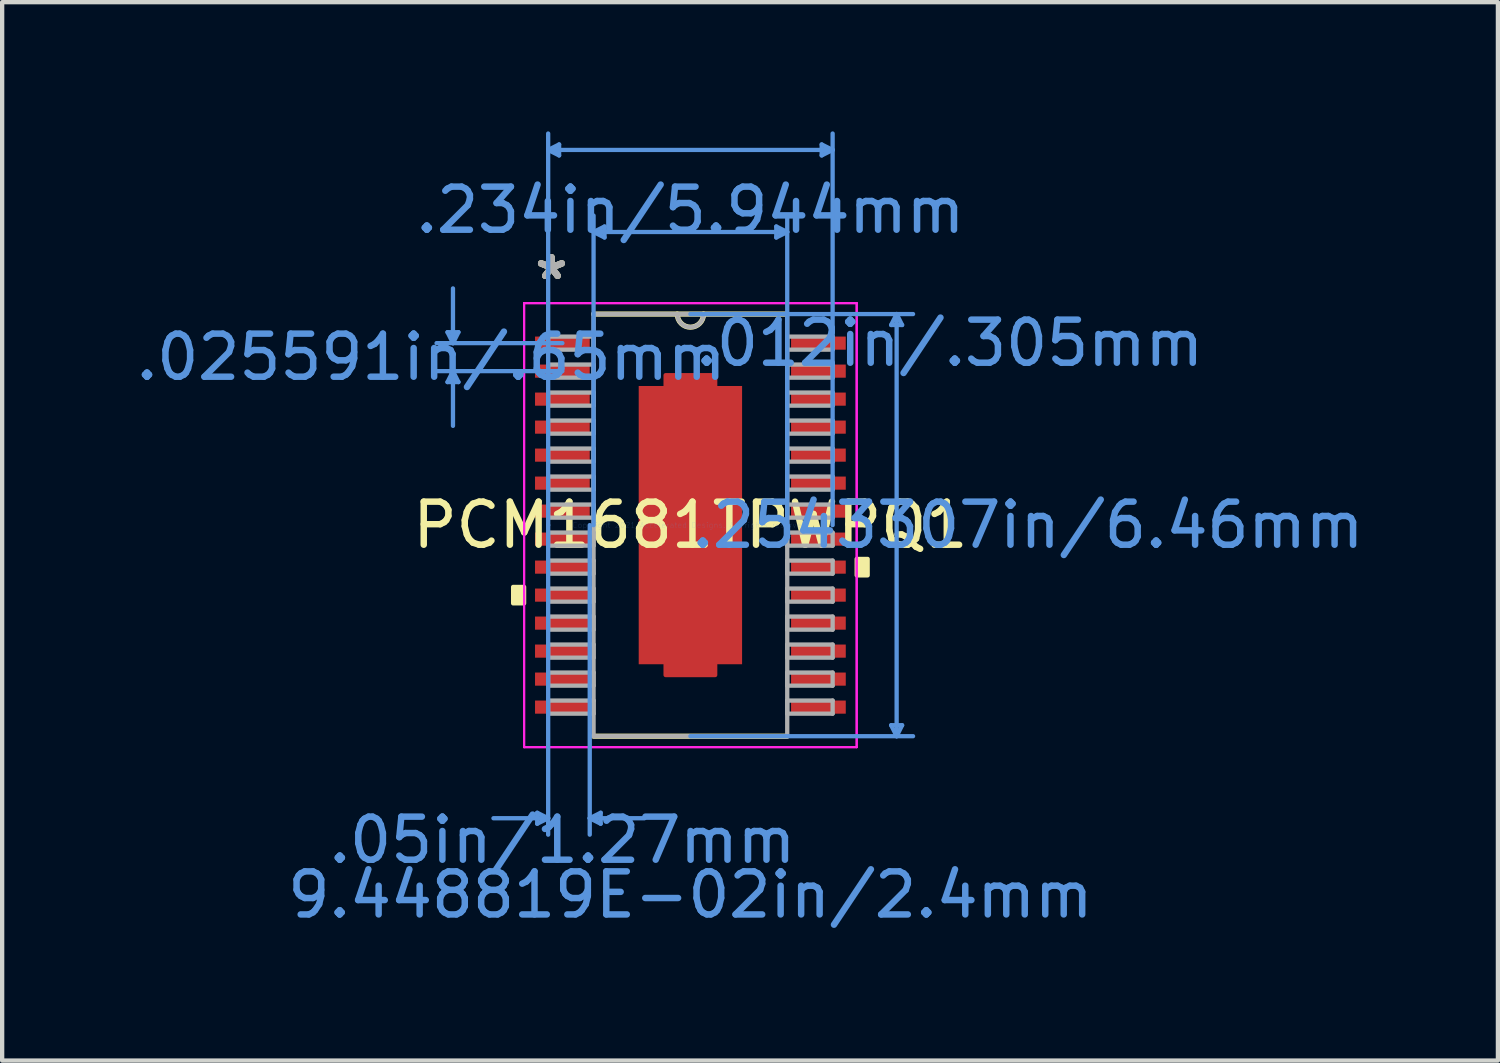
<source format=kicad_pcb>
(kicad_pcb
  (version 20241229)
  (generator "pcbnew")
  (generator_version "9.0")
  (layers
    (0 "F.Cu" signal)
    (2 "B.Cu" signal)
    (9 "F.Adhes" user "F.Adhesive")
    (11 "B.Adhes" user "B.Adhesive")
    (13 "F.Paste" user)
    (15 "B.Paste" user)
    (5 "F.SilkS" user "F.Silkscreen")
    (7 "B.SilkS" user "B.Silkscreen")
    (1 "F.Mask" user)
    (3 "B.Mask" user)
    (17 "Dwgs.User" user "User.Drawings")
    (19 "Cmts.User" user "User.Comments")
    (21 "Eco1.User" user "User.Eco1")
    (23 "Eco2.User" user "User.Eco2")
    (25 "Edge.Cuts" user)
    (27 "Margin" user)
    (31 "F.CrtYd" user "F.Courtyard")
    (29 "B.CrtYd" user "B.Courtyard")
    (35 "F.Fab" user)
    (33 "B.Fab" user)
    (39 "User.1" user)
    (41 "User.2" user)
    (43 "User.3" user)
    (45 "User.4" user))
  (footprint "PCM1681TPWPQ1"
    (layer "F.Cu")
    (at 12.978 9.141)
    (property "Reference" "PCM1681TPWPQ1" (at 0 0 0) (layer "F.SilkS") (effects (font (size 1 1) (thickness 0.15))))
    (attr through_hole)
    (fp_poly (pts (xy -0.575 -3.23) (xy -0.575 -3.48) (xy 0.575 -3.48) (xy 0.575 -3.23)) (stroke (width 0.1) (type solid)) (fill yes) (layer "F.Cu"))
    (fp_poly (pts (xy -0.575 3.23) (xy -0.575 3.48) (xy 0.575 3.48) (xy 0.575 3.23)) (stroke (width 0.1) (type solid)) (fill yes) (layer "F.Cu"))
    (fp_poly (pts (xy -0.575 -3.23) (xy -0.575 -3.48) (xy 0.575 -3.48) (xy 0.575 -3.23)) (stroke (width 0.1) (type solid)) (fill yes) (layer "F.Mask"))
    (fp_poly (pts (xy -0.575 3.23) (xy -0.575 3.48) (xy 0.575 3.48) (xy 0.575 3.23)) (stroke (width 0.1) (type solid)) (fill yes) (layer "F.Mask"))
    (fp_line (start -2.248 4.9) (end 2.248 4.9) (stroke (width 0.12) (type solid)) (layer "F.SilkS"))
    (fp_line (start 2.248 -4.9) (end -2.248 -4.9) (stroke (width 0.12) (type solid)) (layer "F.SilkS"))
    (fp_arc (start 0.3048 -4.900003) (mid 0 -4.595203) (end -0.3048 -4.900003) (stroke (width 0.12) (type solid)) (layer "F.SilkS"))
    (fp_poly (pts (xy -4.115 1.435) (xy -4.115 1.816) (xy -3.861 1.816) (xy -3.861 1.435)) (stroke (width 0.1) (type solid)) (fill yes) (layer "F.SilkS"))
    (fp_poly (pts (xy 4.115 0.785) (xy 4.115 1.166) (xy 3.861 1.166) (xy 3.861 0.785)) (stroke (width 0.1) (type solid)) (fill yes) (layer "F.SilkS"))
    (fp_line (start -5.639 -4.479) (end -5.385 -4.479) (stroke (width 0.1) (type solid)) (layer "Cmts.User"))
    (fp_line (start -5.639 -3.321) (end -5.385 -3.321) (stroke (width 0.1) (type solid)) (layer "Cmts.User"))
    (fp_line (start -5.512 -4.225) (end -5.639 -4.479) (stroke (width 0.1) (type solid)) (layer "Cmts.User"))
    (fp_line (start -5.512 -4.225) (end -5.512 -5.495) (stroke (width 0.1) (type solid)) (layer "Cmts.User"))
    (fp_line (start -5.512 -4.225) (end -5.385 -4.479) (stroke (width 0.1) (type solid)) (layer "Cmts.User"))
    (fp_line (start -5.512 -3.575) (end -5.639 -3.321) (stroke (width 0.1) (type solid)) (layer "Cmts.User"))
    (fp_line (start -5.512 -3.575) (end -5.512 -2.305) (stroke (width 0.1) (type solid)) (layer "Cmts.User"))
    (fp_line (start -5.512 -3.575) (end -5.385 -3.321) (stroke (width 0.1) (type solid)) (layer "Cmts.User"))
    (fp_line (start -3.556 6.678) (end -3.556 6.932) (stroke (width 0.1) (type solid)) (layer "Cmts.User"))
    (fp_line (start -3.302 -8.71) (end -3.048 -8.837) (stroke (width 0.1) (type solid)) (layer "Cmts.User"))
    (fp_line (start -3.302 -8.71) (end -3.048 -8.583) (stroke (width 0.1) (type solid)) (layer "Cmts.User"))
    (fp_line (start -3.302 -8.71) (end 3.302 -8.71) (stroke (width 0.1) (type solid)) (layer "Cmts.User"))
    (fp_line (start -3.302 0) (end -3.302 -9.091) (stroke (width 0.1) (type solid)) (layer "Cmts.User"))
    (fp_line (start -3.302 0) (end -3.302 7.186) (stroke (width 0.1) (type solid)) (layer "Cmts.User"))
    (fp_line (start -3.302 6.805) (end -4.572 6.805) (stroke (width 0.1) (type solid)) (layer "Cmts.User"))
    (fp_line (start -3.302 6.805) (end -3.556 6.678) (stroke (width 0.1) (type solid)) (layer "Cmts.User"))
    (fp_line (start -3.302 6.805) (end -3.556 6.932) (stroke (width 0.1) (type solid)) (layer "Cmts.User"))
    (fp_line (start -3.048 -8.837) (end -3.048 -8.583) (stroke (width 0.1) (type solid)) (layer "Cmts.User"))
    (fp_line (start -2.972 -4.225) (end -5.893 -4.225) (stroke (width 0.1) (type solid)) (layer "Cmts.User"))
    (fp_line (start -2.972 -3.575) (end -5.893 -3.575) (stroke (width 0.1) (type solid)) (layer "Cmts.User"))
    (fp_line (start -2.337 0) (end -2.337 7.186) (stroke (width 0.1) (type solid)) (layer "Cmts.User"))
    (fp_line (start -2.337 6.805) (end -2.083 6.678) (stroke (width 0.1) (type solid)) (layer "Cmts.User"))
    (fp_line (start -2.337 6.805) (end -2.083 6.932) (stroke (width 0.1) (type solid)) (layer "Cmts.User"))
    (fp_line (start -2.337 6.805) (end -1.067 6.805) (stroke (width 0.1) (type solid)) (layer "Cmts.User"))
    (fp_line (start -2.248 -6.805) (end -1.994 -6.932) (stroke (width 0.1) (type solid)) (layer "Cmts.User"))
    (fp_line (start -2.248 -6.805) (end -1.994 -6.678) (stroke (width 0.1) (type solid)) (layer "Cmts.User"))
    (fp_line (start -2.248 -6.805) (end 2.248 -6.805) (stroke (width 0.1) (type solid)) (layer "Cmts.User"))
    (fp_line (start -2.248 0) (end -2.248 -7.186) (stroke (width 0.1) (type solid)) (layer "Cmts.User"))
    (fp_line (start -2.083 6.678) (end -2.083 6.932) (stroke (width 0.1) (type solid)) (layer "Cmts.User"))
    (fp_line (start -1.994 -6.932) (end -1.994 -6.678) (stroke (width 0.1) (type solid)) (layer "Cmts.User"))
    (fp_line (start 0 -4.9) (end 5.169 -4.9) (stroke (width 0.1) (type solid)) (layer "Cmts.User"))
    (fp_line (start 0 4.9) (end 5.169 4.9) (stroke (width 0.1) (type solid)) (layer "Cmts.User"))
    (fp_line (start 1.994 -6.932) (end 1.994 -6.678) (stroke (width 0.1) (type solid)) (layer "Cmts.User"))
    (fp_line (start 2.248 -6.805) (end 1.994 -6.932) (stroke (width 0.1) (type solid)) (layer "Cmts.User"))
    (fp_line (start 2.248 -6.805) (end 1.994 -6.678) (stroke (width 0.1) (type solid)) (layer "Cmts.User"))
    (fp_line (start 2.248 0) (end 2.248 -7.186) (stroke (width 0.1) (type solid)) (layer "Cmts.User"))
    (fp_line (start 3.048 -8.837) (end 3.048 -8.583) (stroke (width 0.1) (type solid)) (layer "Cmts.User"))
    (fp_line (start 3.302 -8.71) (end 3.048 -8.837) (stroke (width 0.1) (type solid)) (layer "Cmts.User"))
    (fp_line (start 3.302 -8.71) (end 3.048 -8.583) (stroke (width 0.1) (type solid)) (layer "Cmts.User"))
    (fp_line (start 3.302 0) (end 3.302 -9.091) (stroke (width 0.1) (type solid)) (layer "Cmts.User"))
    (fp_line (start 4.661 -4.646) (end 4.915 -4.646) (stroke (width 0.1) (type solid)) (layer "Cmts.User"))
    (fp_line (start 4.661 4.646) (end 4.915 4.646) (stroke (width 0.1) (type solid)) (layer "Cmts.User"))
    (fp_line (start 4.788 -4.9) (end 4.661 -4.646) (stroke (width 0.1) (type solid)) (layer "Cmts.User"))
    (fp_line (start 4.788 -4.9) (end 4.788 4.9) (stroke (width 0.1) (type solid)) (layer "Cmts.User"))
    (fp_line (start 4.788 -4.9) (end 4.915 -4.646) (stroke (width 0.1) (type solid)) (layer "Cmts.User"))
    (fp_line (start 4.788 4.9) (end 4.661 4.646) (stroke (width 0.1) (type solid)) (layer "Cmts.User"))
    (fp_line (start 4.788 4.9) (end 4.915 4.646) (stroke (width 0.1) (type solid)) (layer "Cmts.User"))
    (fp_line (start -3.861 -5.154) (end 3.861 -5.154) (stroke (width 0.05) (type solid)) (layer "F.CrtYd"))
    (fp_line (start -3.861 -5.154) (end 3.861 -5.154) (stroke (width 0.05) (type solid)) (layer "F.CrtYd"))
    (fp_line (start -3.861 5.154) (end -3.861 -5.154) (stroke (width 0.05) (type solid)) (layer "F.CrtYd"))
    (fp_line (start -3.861 5.154) (end -3.861 -5.154) (stroke (width 0.05) (type solid)) (layer "F.CrtYd"))
    (fp_line (start 3.861 -5.154) (end 3.861 5.154) (stroke (width 0.05) (type solid)) (layer "F.CrtYd"))
    (fp_line (start 3.861 -5.154) (end 3.861 5.154) (stroke (width 0.05) (type solid)) (layer "F.CrtYd"))
    (fp_line (start 3.861 5.154) (end -3.861 5.154) (stroke (width 0.05) (type solid)) (layer "F.CrtYd"))
    (fp_line (start 3.861 5.154) (end -3.861 5.154) (stroke (width 0.05) (type solid)) (layer "F.CrtYd"))
    (fp_line (start -3.302 -4.377) (end -3.302 -4.073) (stroke (width 0.1) (type solid)) (layer "F.Fab"))
    (fp_line (start -3.302 -4.073) (end -2.248 -4.073) (stroke (width 0.1) (type solid)) (layer "F.Fab"))
    (fp_line (start -3.302 -3.727) (end -3.302 -3.423) (stroke (width 0.1) (type solid)) (layer "F.Fab"))
    (fp_line (start -3.302 -3.423) (end -2.248 -3.423) (stroke (width 0.1) (type solid)) (layer "F.Fab"))
    (fp_line (start -3.302 -3.077) (end -3.302 -2.773) (stroke (width 0.1) (type solid)) (layer "F.Fab"))
    (fp_line (start -3.302 -2.773) (end -2.248 -2.773) (stroke (width 0.1) (type solid)) (layer "F.Fab"))
    (fp_line (start -3.302 -2.427) (end -3.302 -2.123) (stroke (width 0.1) (type solid)) (layer "F.Fab"))
    (fp_line (start -3.302 -2.123) (end -2.248 -2.123) (stroke (width 0.1) (type solid)) (layer "F.Fab"))
    (fp_line (start -3.302 -1.777) (end -3.302 -1.473) (stroke (width 0.1) (type solid)) (layer "F.Fab"))
    (fp_line (start -3.302 -1.473) (end -2.248 -1.473) (stroke (width 0.1) (type solid)) (layer "F.Fab"))
    (fp_line (start -3.302 -1.127) (end -3.302 -0.823) (stroke (width 0.1) (type solid)) (layer "F.Fab"))
    (fp_line (start -3.302 -0.823) (end -2.248 -0.823) (stroke (width 0.1) (type solid)) (layer "F.Fab"))
    (fp_line (start -3.302 -0.477) (end -3.302 -0.173) (stroke (width 0.1) (type solid)) (layer "F.Fab"))
    (fp_line (start -3.302 -0.173) (end -2.248 -0.173) (stroke (width 0.1) (type solid)) (layer "F.Fab"))
    (fp_line (start -3.302 0.173) (end -3.302 0.477) (stroke (width 0.1) (type solid)) (layer "F.Fab"))
    (fp_line (start -3.302 0.477) (end -2.248 0.477) (stroke (width 0.1) (type solid)) (layer "F.Fab"))
    (fp_line (start -3.302 0.823) (end -3.302 1.127) (stroke (width 0.1) (type solid)) (layer "F.Fab"))
    (fp_line (start -3.302 1.127) (end -2.248 1.127) (stroke (width 0.1) (type solid)) (layer "F.Fab"))
    (fp_line (start -3.302 1.473) (end -3.302 1.777) (stroke (width 0.1) (type solid)) (layer "F.Fab"))
    (fp_line (start -3.302 1.777) (end -2.248 1.777) (stroke (width 0.1) (type solid)) (layer "F.Fab"))
    (fp_line (start -3.302 2.123) (end -3.302 2.427) (stroke (width 0.1) (type solid)) (layer "F.Fab"))
    (fp_line (start -3.302 2.427) (end -2.248 2.427) (stroke (width 0.1) (type solid)) (layer "F.Fab"))
    (fp_line (start -3.302 2.773) (end -3.302 3.077) (stroke (width 0.1) (type solid)) (layer "F.Fab"))
    (fp_line (start -3.302 3.077) (end -2.248 3.077) (stroke (width 0.1) (type solid)) (layer "F.Fab"))
    (fp_line (start -3.302 3.423) (end -3.302 3.727) (stroke (width 0.1) (type solid)) (layer "F.Fab"))
    (fp_line (start -3.302 3.727) (end -2.248 3.727) (stroke (width 0.1) (type solid)) (layer "F.Fab"))
    (fp_line (start -3.302 4.073) (end -3.302 4.377) (stroke (width 0.1) (type solid)) (layer "F.Fab"))
    (fp_line (start -3.302 4.377) (end -2.248 4.377) (stroke (width 0.1) (type solid)) (layer "F.Fab"))
    (fp_line (start -2.248 -4.9) (end -2.248 4.9) (stroke (width 0.1) (type solid)) (layer "F.Fab"))
    (fp_line (start -2.248 -4.377) (end -3.302 -4.377) (stroke (width 0.1) (type solid)) (layer "F.Fab"))
    (fp_line (start -2.248 -4.073) (end -2.248 -4.377) (stroke (width 0.1) (type solid)) (layer "F.Fab"))
    (fp_line (start -2.248 -3.727) (end -3.302 -3.727) (stroke (width 0.1) (type solid)) (layer "F.Fab"))
    (fp_line (start -2.248 -3.423) (end -2.248 -3.727) (stroke (width 0.1) (type solid)) (layer "F.Fab"))
    (fp_line (start -2.248 -3.077) (end -3.302 -3.077) (stroke (width 0.1) (type solid)) (layer "F.Fab"))
    (fp_line (start -2.248 -2.773) (end -2.248 -3.077) (stroke (width 0.1) (type solid)) (layer "F.Fab"))
    (fp_line (start -2.248 -2.427) (end -3.302 -2.427) (stroke (width 0.1) (type solid)) (layer "F.Fab"))
    (fp_line (start -2.248 -2.123) (end -2.248 -2.427) (stroke (width 0.1) (type solid)) (layer "F.Fab"))
    (fp_line (start -2.248 -1.777) (end -3.302 -1.777) (stroke (width 0.1) (type solid)) (layer "F.Fab"))
    (fp_line (start -2.248 -1.473) (end -2.248 -1.777) (stroke (width 0.1) (type solid)) (layer "F.Fab"))
    (fp_line (start -2.248 -1.127) (end -3.302 -1.127) (stroke (width 0.1) (type solid)) (layer "F.Fab"))
    (fp_line (start -2.248 -0.823) (end -2.248 -1.127) (stroke (width 0.1) (type solid)) (layer "F.Fab"))
    (fp_line (start -2.248 -0.477) (end -3.302 -0.477) (stroke (width 0.1) (type solid)) (layer "F.Fab"))
    (fp_line (start -2.248 -0.173) (end -2.248 -0.477) (stroke (width 0.1) (type solid)) (layer "F.Fab"))
    (fp_line (start -2.248 0.173) (end -3.302 0.173) (stroke (width 0.1) (type solid)) (layer "F.Fab"))
    (fp_line (start -2.248 0.477) (end -2.248 0.173) (stroke (width 0.1) (type solid)) (layer "F.Fab"))
    (fp_line (start -2.248 0.823) (end -3.302 0.823) (stroke (width 0.1) (type solid)) (layer "F.Fab"))
    (fp_line (start -2.248 1.127) (end -2.248 0.823) (stroke (width 0.1) (type solid)) (layer "F.Fab"))
    (fp_line (start -2.248 1.473) (end -3.302 1.473) (stroke (width 0.1) (type solid)) (layer "F.Fab"))
    (fp_line (start -2.248 1.777) (end -2.248 1.473) (stroke (width 0.1) (type solid)) (layer "F.Fab"))
    (fp_line (start -2.248 2.123) (end -3.302 2.123) (stroke (width 0.1) (type solid)) (layer "F.Fab"))
    (fp_line (start -2.248 2.427) (end -2.248 2.123) (stroke (width 0.1) (type solid)) (layer "F.Fab"))
    (fp_line (start -2.248 2.773) (end -3.302 2.773) (stroke (width 0.1) (type solid)) (layer "F.Fab"))
    (fp_line (start -2.248 3.077) (end -2.248 2.773) (stroke (width 0.1) (type solid)) (layer "F.Fab"))
    (fp_line (start -2.248 3.423) (end -3.302 3.423) (stroke (width 0.1) (type solid)) (layer "F.Fab"))
    (fp_line (start -2.248 3.727) (end -2.248 3.423) (stroke (width 0.1) (type solid)) (layer "F.Fab"))
    (fp_line (start -2.248 4.073) (end -3.302 4.073) (stroke (width 0.1) (type solid)) (layer "F.Fab"))
    (fp_line (start -2.248 4.377) (end -2.248 4.073) (stroke (width 0.1) (type solid)) (layer "F.Fab"))
    (fp_line (start -2.248 4.9) (end 2.248 4.9) (stroke (width 0.1) (type solid)) (layer "F.Fab"))
    (fp_line (start 2.248 -4.9) (end -2.248 -4.9) (stroke (width 0.1) (type solid)) (layer "F.Fab"))
    (fp_line (start 2.248 -4.377) (end 2.248 -4.073) (stroke (width 0.1) (type solid)) (layer "F.Fab"))
    (fp_line (start 2.248 -4.073) (end 3.302 -4.073) (stroke (width 0.1) (type solid)) (layer "F.Fab"))
    (fp_line (start 2.248 -3.727) (end 2.248 -3.423) (stroke (width 0.1) (type solid)) (layer "F.Fab"))
    (fp_line (start 2.248 -3.423) (end 3.302 -3.423) (stroke (width 0.1) (type solid)) (layer "F.Fab"))
    (fp_line (start 2.248 -3.077) (end 2.248 -2.773) (stroke (width 0.1) (type solid)) (layer "F.Fab"))
    (fp_line (start 2.248 -2.773) (end 3.302 -2.773) (stroke (width 0.1) (type solid)) (layer "F.Fab"))
    (fp_line (start 2.248 -2.427) (end 2.248 -2.123) (stroke (width 0.1) (type solid)) (layer "F.Fab"))
    (fp_line (start 2.248 -2.123) (end 3.302 -2.123) (stroke (width 0.1) (type solid)) (layer "F.Fab"))
    (fp_line (start 2.248 -1.777) (end 2.248 -1.473) (stroke (width 0.1) (type solid)) (layer "F.Fab"))
    (fp_line (start 2.248 -1.473) (end 3.302 -1.473) (stroke (width 0.1) (type solid)) (layer "F.Fab"))
    (fp_line (start 2.248 -1.127) (end 2.248 -0.823) (stroke (width 0.1) (type solid)) (layer "F.Fab"))
    (fp_line (start 2.248 -0.823) (end 3.302 -0.823) (stroke (width 0.1) (type solid)) (layer "F.Fab"))
    (fp_line (start 2.248 -0.477) (end 2.248 -0.173) (stroke (width 0.1) (type solid)) (layer "F.Fab"))
    (fp_line (start 2.248 -0.173) (end 3.302 -0.173) (stroke (width 0.1) (type solid)) (layer "F.Fab"))
    (fp_line (start 2.248 0.173) (end 2.248 0.477) (stroke (width 0.1) (type solid)) (layer "F.Fab"))
    (fp_line (start 2.248 0.477) (end 3.302 0.477) (stroke (width 0.1) (type solid)) (layer "F.Fab"))
    (fp_line (start 2.248 0.823) (end 2.248 1.127) (stroke (width 0.1) (type solid)) (layer "F.Fab"))
    (fp_line (start 2.248 1.127) (end 3.302 1.127) (stroke (width 0.1) (type solid)) (layer "F.Fab"))
    (fp_line (start 2.248 1.473) (end 2.248 1.777) (stroke (width 0.1) (type solid)) (layer "F.Fab"))
    (fp_line (start 2.248 1.777) (end 3.302 1.777) (stroke (width 0.1) (type solid)) (layer "F.Fab"))
    (fp_line (start 2.248 2.123) (end 2.248 2.427) (stroke (width 0.1) (type solid)) (layer "F.Fab"))
    (fp_line (start 2.248 2.427) (end 3.302 2.427) (stroke (width 0.1) (type solid)) (layer "F.Fab"))
    (fp_line (start 2.248 2.773) (end 2.248 3.077) (stroke (width 0.1) (type solid)) (layer "F.Fab"))
    (fp_line (start 2.248 3.077) (end 3.302 3.077) (stroke (width 0.1) (type solid)) (layer "F.Fab"))
    (fp_line (start 2.248 3.423) (end 2.248 3.727) (stroke (width 0.1) (type solid)) (layer "F.Fab"))
    (fp_line (start 2.248 3.727) (end 3.302 3.727) (stroke (width 0.1) (type solid)) (layer "F.Fab"))
    (fp_line (start 2.248 4.073) (end 2.248 4.377) (stroke (width 0.1) (type solid)) (layer "F.Fab"))
    (fp_line (start 2.248 4.377) (end 3.302 4.377) (stroke (width 0.1) (type solid)) (layer "F.Fab"))
    (fp_line (start 2.248 4.9) (end 2.248 -4.9) (stroke (width 0.1) (type solid)) (layer "F.Fab"))
    (fp_line (start 3.302 -4.377) (end 2.248 -4.377) (stroke (width 0.1) (type solid)) (layer "F.Fab"))
    (fp_line (start 3.302 -4.073) (end 3.302 -4.377) (stroke (width 0.1) (type solid)) (layer "F.Fab"))
    (fp_line (start 3.302 -3.727) (end 2.248 -3.727) (stroke (width 0.1) (type solid)) (layer "F.Fab"))
    (fp_line (start 3.302 -3.423) (end 3.302 -3.727) (stroke (width 0.1) (type solid)) (layer "F.Fab"))
    (fp_line (start 3.302 -3.077) (end 2.248 -3.077) (stroke (width 0.1) (type solid)) (layer "F.Fab"))
    (fp_line (start 3.302 -2.773) (end 3.302 -3.077) (stroke (width 0.1) (type solid)) (layer "F.Fab"))
    (fp_line (start 3.302 -2.427) (end 2.248 -2.427) (stroke (width 0.1) (type solid)) (layer "F.Fab"))
    (fp_line (start 3.302 -2.123) (end 3.302 -2.427) (stroke (width 0.1) (type solid)) (layer "F.Fab"))
    (fp_line (start 3.302 -1.777) (end 2.248 -1.777) (stroke (width 0.1) (type solid)) (layer "F.Fab"))
    (fp_line (start 3.302 -1.473) (end 3.302 -1.777) (stroke (width 0.1) (type solid)) (layer "F.Fab"))
    (fp_line (start 3.302 -1.127) (end 2.248 -1.127) (stroke (width 0.1) (type solid)) (layer "F.Fab"))
    (fp_line (start 3.302 -0.823) (end 3.302 -1.127) (stroke (width 0.1) (type solid)) (layer "F.Fab"))
    (fp_line (start 3.302 -0.477) (end 2.248 -0.477) (stroke (width 0.1) (type solid)) (layer "F.Fab"))
    (fp_line (start 3.302 -0.173) (end 3.302 -0.477) (stroke (width 0.1) (type solid)) (layer "F.Fab"))
    (fp_line (start 3.302 0.173) (end 2.248 0.173) (stroke (width 0.1) (type solid)) (layer "F.Fab"))
    (fp_line (start 3.302 0.477) (end 3.302 0.173) (stroke (width 0.1) (type solid)) (layer "F.Fab"))
    (fp_line (start 3.302 0.823) (end 2.248 0.823) (stroke (width 0.1) (type solid)) (layer "F.Fab"))
    (fp_line (start 3.302 1.127) (end 3.302 0.823) (stroke (width 0.1) (type solid)) (layer "F.Fab"))
    (fp_line (start 3.302 1.473) (end 2.248 1.473) (stroke (width 0.1) (type solid)) (layer "F.Fab"))
    (fp_line (start 3.302 1.777) (end 3.302 1.473) (stroke (width 0.1) (type solid)) (layer "F.Fab"))
    (fp_line (start 3.302 2.123) (end 2.248 2.123) (stroke (width 0.1) (type solid)) (layer "F.Fab"))
    (fp_line (start 3.302 2.427) (end 3.302 2.123) (stroke (width 0.1) (type solid)) (layer "F.Fab"))
    (fp_line (start 3.302 2.773) (end 2.248 2.773) (stroke (width 0.1) (type solid)) (layer "F.Fab"))
    (fp_line (start 3.302 3.077) (end 3.302 2.773) (stroke (width 0.1) (type solid)) (layer "F.Fab"))
    (fp_line (start 3.302 3.423) (end 2.248 3.423) (stroke (width 0.1) (type solid)) (layer "F.Fab"))
    (fp_line (start 3.302 3.727) (end 3.302 3.423) (stroke (width 0.1) (type solid)) (layer "F.Fab"))
    (fp_line (start 3.302 4.073) (end 2.248 4.073) (stroke (width 0.1) (type solid)) (layer "F.Fab"))
    (fp_line (start 3.302 4.377) (end 3.302 4.073) (stroke (width 0.1) (type solid)) (layer "F.Fab"))
    (fp_arc (start 0.3048 -4.900003) (mid 0 -4.595203) (end -0.3048 -4.900003) (stroke (width 0.1) (type solid)) (layer "F.Fab"))
    (fp_text user "*" (at -3.226 -5.673 0) (layer "F.SilkS") (effects (font (size 1 1) (thickness 0.15))))
    (fp_text user "*" (at -3.226 -5.673 0) (layer "F.SilkS") (effects (font (size 1 1) (thickness 0.15))))
    (fp_text user ".05in/1.27mm" (at -2.972 7.313 0) (layer "Cmts.User") (effects (font (size 1 1) (thickness 0.15))))
    (fp_text user ".025591in/.65mm" (at -6.02 -3.9 0) (layer "Cmts.User") (effects (font (size 1 1) (thickness 0.15))))
    (fp_text user "9.448819E-02in/2.4mm" (at 0 8.583 0) (layer "Cmts.User") (effects (font (size 1 1) (thickness 0.15))))
    (fp_text user ".234in/5.944mm" (at 0 -7.313 0) (layer "Cmts.User") (effects (font (size 1 1) (thickness 0.15))))
    (fp_text user ".012in/.305mm" (at 6.02 -4.225 0) (layer "Cmts.User") (effects (font (size 1 1) (thickness 0.15))))
    (fp_text user ".2543307in/6.46mm" (at 7.836 0 0) (layer "Cmts.User") (effects (font (size 1 1) (thickness 0.15))))
    (fp_text user "Copyright 2021 Accelerated Designs. All rights reserved." (at 0 0 0) (layer "Cmts.User") (effects (font (size 0.127 0.127) (thickness 0.002))))
    (fp_text user "*" (at -3.226 -5.673 0) (layer "F.Fab") (effects (font (size 1 1) (thickness 0.15))))
    (fp_text user "*" (at -3.226 -5.673 0) (layer "F.Fab") (effects (font (size 1 1) (thickness 0.15))))
    (pad "1" smd rect (at -2.972 -4.225) (size 1.27 0.305) (layers "F.Cu" "F.Mask" "F.Paste"))
    (pad "2" smd rect (at -2.972 -3.575) (size 1.27 0.305) (layers "F.Cu" "F.Mask" "F.Paste"))
    (pad "3" smd rect (at -2.972 -2.925) (size 1.27 0.305) (layers "F.Cu" "F.Mask" "F.Paste"))
    (pad "4" smd rect (at -2.972 -2.275) (size 1.27 0.305) (layers "F.Cu" "F.Mask" "F.Paste"))
    (pad "5" smd rect (at -2.972 -1.625) (size 1.27 0.305) (layers "F.Cu" "F.Mask" "F.Paste"))
    (pad "6" smd rect (at -2.972 -0.975) (size 1.27 0.305) (layers "F.Cu" "F.Mask" "F.Paste"))
    (pad "7" smd rect (at -2.972 -0.325) (size 1.27 0.305) (layers "F.Cu" "F.Mask" "F.Paste"))
    (pad "8" smd rect (at -2.972 0.325) (size 1.27 0.305) (layers "F.Cu" "F.Mask" "F.Paste"))
    (pad "9" smd rect (at -2.972 0.975) (size 1.27 0.305) (layers "F.Cu" "F.Mask" "F.Paste"))
    (pad "10" smd rect (at -2.972 1.625) (size 1.27 0.305) (layers "F.Cu" "F.Mask" "F.Paste"))
    (pad "11" smd rect (at -2.972 2.275) (size 1.27 0.305) (layers "F.Cu" "F.Mask" "F.Paste"))
    (pad "12" smd rect (at -2.972 2.925) (size 1.27 0.305) (layers "F.Cu" "F.Mask" "F.Paste"))
    (pad "13" smd rect (at -2.972 3.575) (size 1.27 0.305) (layers "F.Cu" "F.Mask" "F.Paste"))
    (pad "14" smd rect (at -2.972 4.225) (size 1.27 0.305) (layers "F.Cu" "F.Mask" "F.Paste"))
    (pad "15" smd rect (at 2.972 4.225) (size 1.27 0.305) (layers "F.Cu" "F.Mask" "F.Paste"))
    (pad "16" smd rect (at 2.972 3.575) (size 1.27 0.305) (layers "F.Cu" "F.Mask" "F.Paste"))
    (pad "17" smd rect (at 2.972 2.925) (size 1.27 0.305) (layers "F.Cu" "F.Mask" "F.Paste"))
    (pad "18" smd rect (at 2.972 2.275) (size 1.27 0.305) (layers "F.Cu" "F.Mask" "F.Paste"))
    (pad "19" smd rect (at 2.972 1.625) (size 1.27 0.305) (layers "F.Cu" "F.Mask" "F.Paste"))
    (pad "20" smd rect (at 2.972 0.975) (size 1.27 0.305) (layers "F.Cu" "F.Mask" "F.Paste"))
    (pad "21" smd rect (at 2.972 0.325) (size 1.27 0.305) (layers "F.Cu" "F.Mask" "F.Paste"))
    (pad "22" smd rect (at 2.972 -0.325) (size 1.27 0.305) (layers "F.Cu" "F.Mask" "F.Paste"))
    (pad "23" smd rect (at 2.972 -0.975) (size 1.27 0.305) (layers "F.Cu" "F.Mask" "F.Paste"))
    (pad "24" smd rect (at 2.972 -1.625) (size 1.27 0.305) (layers "F.Cu" "F.Mask" "F.Paste"))
    (pad "25" smd rect (at 2.972 -2.275) (size 1.27 0.305) (layers "F.Cu" "F.Mask" "F.Paste"))
    (pad "26" smd rect (at 2.972 -2.925) (size 1.27 0.305) (layers "F.Cu" "F.Mask" "F.Paste"))
    (pad "27" smd rect (at 2.972 -3.575) (size 1.27 0.305) (layers "F.Cu" "F.Mask" "F.Paste"))
    (pad "28" smd rect (at 2.972 -4.225) (size 1.27 0.305) (layers "F.Cu" "F.Mask" "F.Paste"))
    (pad "29" smd rect (at 0 0) (size 2.4 6.46) (layers "F.Cu" "F.Mask" "F.Paste")))
  (gr_rect
    (start -3 -3)
    (end 31.725 21.572)
    (stroke (width 0.1) (type default))
    (fill no)
    (layer "Edge.Cuts")))
</source>
